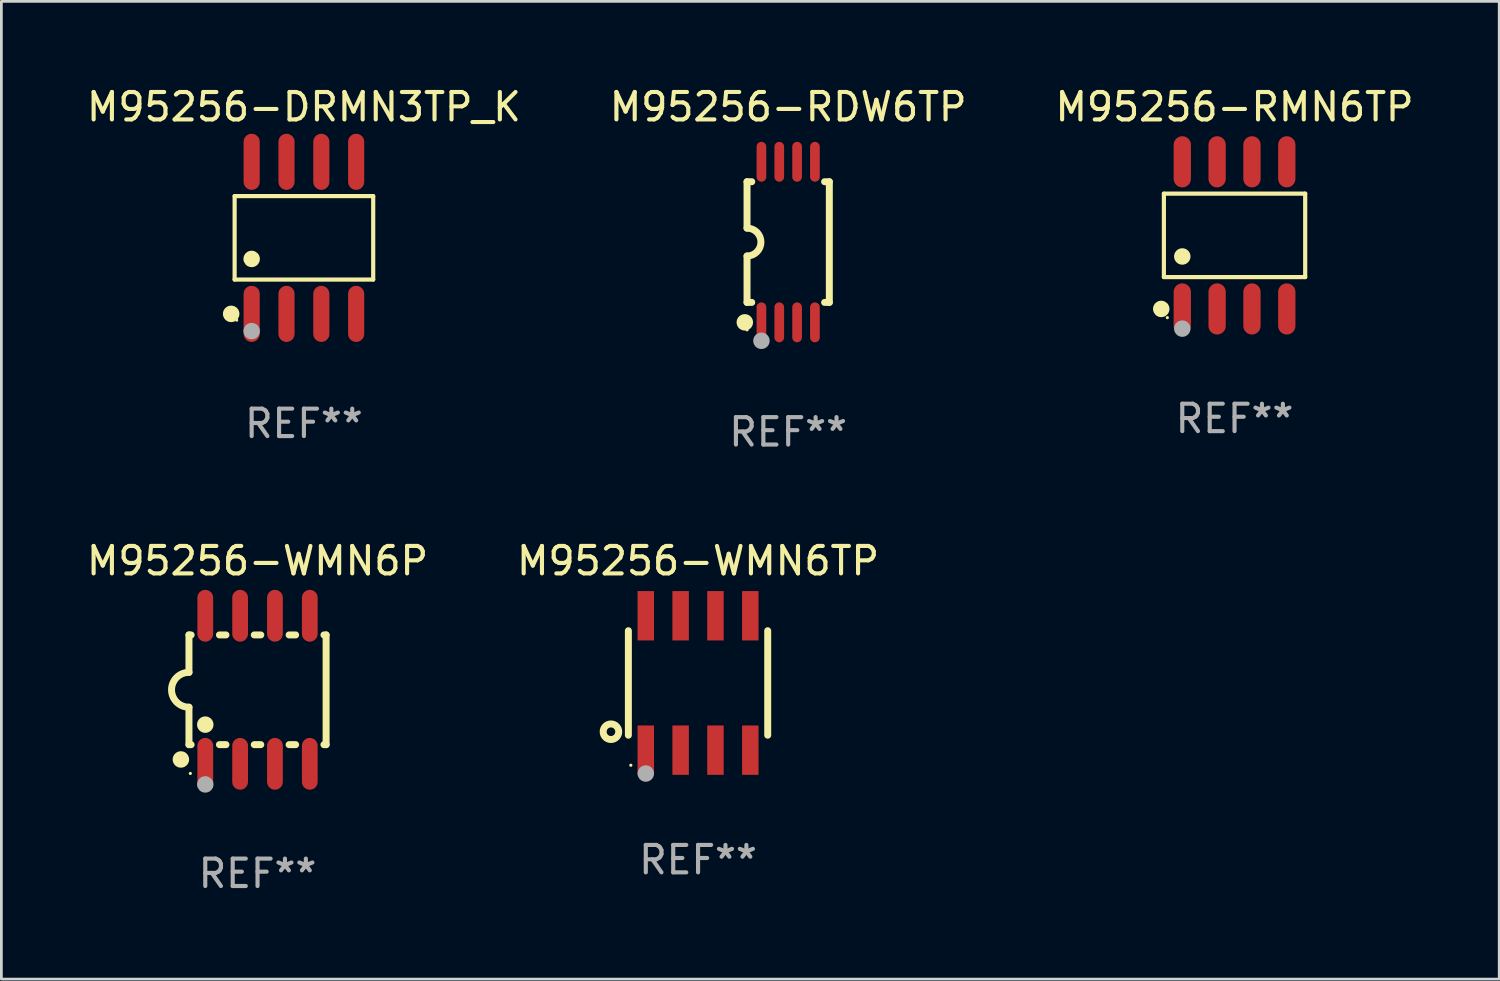
<source format=kicad_pcb>
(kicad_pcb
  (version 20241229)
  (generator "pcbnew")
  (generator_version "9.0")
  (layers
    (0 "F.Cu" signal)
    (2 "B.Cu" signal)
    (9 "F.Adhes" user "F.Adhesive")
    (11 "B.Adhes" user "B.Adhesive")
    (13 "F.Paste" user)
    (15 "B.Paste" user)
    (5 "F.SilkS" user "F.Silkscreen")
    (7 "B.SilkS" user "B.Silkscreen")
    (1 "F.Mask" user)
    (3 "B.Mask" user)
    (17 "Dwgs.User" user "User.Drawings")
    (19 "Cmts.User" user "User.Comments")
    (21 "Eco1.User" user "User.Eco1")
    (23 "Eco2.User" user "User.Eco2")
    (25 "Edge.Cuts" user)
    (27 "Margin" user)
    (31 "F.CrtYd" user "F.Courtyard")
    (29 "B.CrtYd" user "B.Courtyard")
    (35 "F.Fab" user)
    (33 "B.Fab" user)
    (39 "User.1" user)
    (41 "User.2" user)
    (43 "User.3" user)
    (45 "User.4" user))
  (footprint "M95256-RDW6TP"
    (layer "F.Cu")
    (at 25.685 5.775)
    (property "Reference" "M95256-RDW6TP" (at 0 -4.927 0) (layer "F.SilkS") (effects (font (size 1 1) (thickness 0.15))))
    (attr through_hole)
    (fp_line (start -1.5 -2.2) (end -1.5 -0.508) (stroke (width 0.254) (type solid)) (layer "F.SilkS"))
    (fp_line (start -1.5 -2.2) (end -1.328 -2.2) (stroke (width 0.254) (type solid)) (layer "F.SilkS"))
    (fp_line (start -1.5 2.2) (end -1.5 0.508) (stroke (width 0.254) (type solid)) (layer "F.SilkS"))
    (fp_line (start -1.5 2.2) (end -1.328 2.2) (stroke (width 0.254) (type solid)) (layer "F.SilkS"))
    (fp_line (start 1.328 -2.2) (end 1.5 -2.2) (stroke (width 0.254) (type solid)) (layer "F.SilkS"))
    (fp_line (start 1.328 2.2) (end 1.5 2.2) (stroke (width 0.254) (type solid)) (layer "F.SilkS"))
    (fp_line (start 1.5 -2.2) (end 1.5 2.2) (stroke (width 0.254) (type solid)) (layer "F.SilkS"))
    (fp_arc (start -1.501144 -0.508) (mid -0.993143 -0.000571) (end -1.5 0.508001) (stroke (width 0.254001) (type solid)) (layer "F.SilkS"))
    (fp_circle (center -1.581 2.927) (end -1.431 2.927) (stroke (width 0.3) (type solid)) (fill no) (layer "F.SilkS"))
    (fp_circle (center -1.5 3.2) (end -1.47 3.2) (stroke (width 0.06) (type solid)) (fill no) (layer "F.SilkS"))
    (fp_circle (center -0.975 3.6) (end -0.825 3.6) (stroke (width 0.3) (type solid)) (fill no) (layer "F.Fab"))
    (fp_text user "REF**" (at 0 6.927 0) (layer "F.Fab") (effects (font (size 1 1) (thickness 0.15))))
    (pad "1" smd oval (at -0.975 2.927) (size 0.353 1.454) (layers "F.Cu" "F.Mask" "F.Paste"))
    (pad "2" smd oval (at -0.325 2.927) (size 0.353 1.454) (layers "F.Cu" "F.Mask" "F.Paste"))
    (pad "3" smd oval (at 0.325 2.927) (size 0.353 1.454) (layers "F.Cu" "F.Mask" "F.Paste"))
    (pad "4" smd oval (at 0.975 2.927) (size 0.353 1.454) (layers "F.Cu" "F.Mask" "F.Paste"))
    (pad "5" smd oval (at 0.975 -2.927) (size 0.353 1.454) (layers "F.Cu" "F.Mask" "F.Paste"))
    (pad "6" smd oval (at 0.325 -2.927) (size 0.353 1.454) (layers "F.Cu" "F.Mask" "F.Paste"))
    (pad "7" smd oval (at -0.325 -2.927) (size 0.353 1.454) (layers "F.Cu" "F.Mask" "F.Paste"))
    (pad "8" smd oval (at -0.975 -2.927) (size 0.353 1.454) (layers "F.Cu" "F.Mask" "F.Paste")))
  (footprint "M95256-WMN6P"
    (layer "F.Cu")
    (at 6.339 22.098)
    (property "Reference" "M95256-WMN6P" (at 0 -4.699 0) (layer "F.SilkS") (effects (font (size 1 1) (thickness 0.15))))
    (attr through_hole)
    (fp_line (start -2.5 -2) (end -2.5 -0.635) (stroke (width 0.254) (type solid)) (layer "F.SilkS"))
    (fp_line (start -2.5 -2) (end -2.421 -2) (stroke (width 0.254) (type solid)) (layer "F.SilkS"))
    (fp_line (start -2.5 2) (end -2.5 0.635) (stroke (width 0.254) (type solid)) (layer "F.SilkS"))
    (fp_line (start -2.5 2) (end -2.421 2) (stroke (width 0.254) (type solid)) (layer "F.SilkS"))
    (fp_line (start -1.389 -2) (end -1.151 -2) (stroke (width 0.254) (type solid)) (layer "F.SilkS"))
    (fp_line (start -1.389 2) (end -1.151 2) (stroke (width 0.254) (type solid)) (layer "F.SilkS"))
    (fp_line (start -0.119 -2) (end 0.119 -2) (stroke (width 0.254) (type solid)) (layer "F.SilkS"))
    (fp_line (start -0.119 2) (end 0.119 2) (stroke (width 0.254) (type solid)) (layer "F.SilkS"))
    (fp_line (start 1.151 -2) (end 1.389 -2) (stroke (width 0.254) (type solid)) (layer "F.SilkS"))
    (fp_line (start 1.151 2) (end 1.389 2) (stroke (width 0.254) (type solid)) (layer "F.SilkS"))
    (fp_line (start 2.421 -2) (end 2.5 -2) (stroke (width 0.254) (type solid)) (layer "F.SilkS"))
    (fp_line (start 2.421 2) (end 2.5 2) (stroke (width 0.254) (type solid)) (layer "F.SilkS"))
    (fp_line (start 2.5 -2) (end 2.5 2) (stroke (width 0.254) (type solid)) (layer "F.SilkS"))
    (fp_arc (start -2.5 0.635001) (mid -3.134366 -0.000318) (end -2.499365 -0.635001) (stroke (width 0.254001) (type solid)) (layer "F.SilkS"))
    (fp_circle (center -2.794 2.54) (end -2.644 2.54) (stroke (width 0.3) (type solid)) (fill no) (layer "F.SilkS"))
    (fp_circle (center -2.45 3.05) (end -2.42 3.05) (stroke (width 0.06) (type solid)) (fill no) (layer "F.SilkS"))
    (fp_circle (center -1.905 1.27) (end -1.755 1.27) (stroke (width 0.3) (type solid)) (fill no) (layer "F.SilkS"))
    (fp_circle (center -1.905 3.45) (end -1.755 3.45) (stroke (width 0.3) (type solid)) (fill no) (layer "F.Fab"))
    (fp_text user "REF**" (at 0 6.699 0) (layer "F.Fab") (effects (font (size 1 1) (thickness 0.15))))
    (pad "1" smd oval (at -1.905 2.699) (size 0.574 1.888) (layers "F.Cu" "F.Mask" "F.Paste"))
    (pad "2" smd oval (at -0.635 2.699) (size 0.574 1.888) (layers "F.Cu" "F.Mask" "F.Paste"))
    (pad "3" smd oval (at 0.635 2.699) (size 0.574 1.888) (layers "F.Cu" "F.Mask" "F.Paste"))
    (pad "4" smd oval (at 1.905 2.699) (size 0.574 1.888) (layers "F.Cu" "F.Mask" "F.Paste"))
    (pad "5" smd oval (at 1.905 -2.699) (size 0.574 1.888) (layers "F.Cu" "F.Mask" "F.Paste"))
    (pad "6" smd oval (at 0.635 -2.699) (size 0.574 1.888) (layers "F.Cu" "F.Mask" "F.Paste"))
    (pad "7" smd oval (at -0.635 -2.699) (size 0.574 1.888) (layers "F.Cu" "F.Mask" "F.Paste"))
    (pad "8" smd oval (at -1.905 -2.699) (size 0.574 1.888) (layers "F.Cu" "F.Mask" "F.Paste")))
  (footprint "M95256-DRMN3TP_K"
    (layer "F.Cu")
    (at 8.03 5.621)
    (property "Reference" "M95256-DRMN3TP_K" (at 0 -4.772 0) (layer "F.SilkS") (effects (font (size 1 1) (thickness 0.15))))
    (attr through_hole)
    (fp_line (start -2.526 -1.521) (end 2.526 -1.521) (stroke (width 0.152) (type solid)) (layer "F.SilkS"))
    (fp_line (start -2.526 1.521) (end -2.526 -1.521) (stroke (width 0.152) (type solid)) (layer "F.SilkS"))
    (fp_line (start 2.526 -1.521) (end 2.526 1.521) (stroke (width 0.152) (type solid)) (layer "F.SilkS"))
    (fp_line (start 2.526 1.521) (end -2.526 1.521) (stroke (width 0.152) (type solid)) (layer "F.SilkS"))
    (fp_circle (center -2.652 2.772) (end -2.501 2.772) (stroke (width 0.3) (type solid)) (fill no) (layer "F.SilkS"))
    (fp_circle (center -2.45 3) (end -2.42 3) (stroke (width 0.06) (type solid)) (fill no) (layer "F.SilkS"))
    (fp_circle (center -1.905 0.769) (end -1.755 0.769) (stroke (width 0.3) (type solid)) (fill no) (layer "F.SilkS"))
    (fp_circle (center -1.905 3.4) (end -1.755 3.4) (stroke (width 0.3) (type solid)) (fill no) (layer "F.Fab"))
    (fp_text user "REF**" (at 0 6.772 0) (layer "F.Fab") (effects (font (size 1 1) (thickness 0.15))))
    (pad "1" smd oval (at -1.905 2.772) (size 0.588 2.045) (layers "F.Cu" "F.Mask" "F.Paste"))
    (pad "2" smd oval (at -0.635 2.772) (size 0.588 2.045) (layers "F.Cu" "F.Mask" "F.Paste"))
    (pad "3" smd oval (at 0.635 2.772) (size 0.588 2.045) (layers "F.Cu" "F.Mask" "F.Paste"))
    (pad "4" smd oval (at 1.905 2.772) (size 0.588 2.045) (layers "F.Cu" "F.Mask" "F.Paste"))
    (pad "5" smd oval (at 1.905 -2.772) (size 0.588 2.045) (layers "F.Cu" "F.Mask" "F.Paste"))
    (pad "6" smd oval (at 0.635 -2.772) (size 0.588 2.045) (layers "F.Cu" "F.Mask" "F.Paste"))
    (pad "7" smd oval (at -0.635 -2.772) (size 0.588 2.045) (layers "F.Cu" "F.Mask" "F.Paste"))
    (pad "8" smd oval (at -1.905 -2.772) (size 0.588 2.045) (layers "F.Cu" "F.Mask" "F.Paste")))
  (footprint "M95256-RMN6TP"
    (layer "F.Cu")
    (at 41.958 5.531)
    (property "Reference" "M95256-RMN6TP" (at 0 -4.682 0) (layer "F.SilkS") (effects (font (size 1 1) (thickness 0.15))))
    (attr through_hole)
    (fp_line (start -2.576 -1.521) (end 2.576 -1.521) (stroke (width 0.152) (type solid)) (layer "F.SilkS"))
    (fp_line (start -2.576 1.521) (end -2.576 -1.521) (stroke (width 0.152) (type solid)) (layer "F.SilkS"))
    (fp_line (start 2.576 -1.521) (end 2.576 1.521) (stroke (width 0.152) (type solid)) (layer "F.SilkS"))
    (fp_line (start 2.576 1.521) (end -2.576 1.521) (stroke (width 0.152) (type solid)) (layer "F.SilkS"))
    (fp_circle (center -2.672 2.682) (end -2.522 2.682) (stroke (width 0.3) (type solid)) (fill no) (layer "F.SilkS"))
    (fp_circle (center -2.45 3) (end -2.42 3) (stroke (width 0.06) (type solid)) (fill no) (layer "F.SilkS"))
    (fp_circle (center -1.905 0.769) (end -1.755 0.769) (stroke (width 0.3) (type solid)) (fill no) (layer "F.SilkS"))
    (fp_circle (center -1.905 3.4) (end -1.755 3.4) (stroke (width 0.3) (type solid)) (fill no) (layer "F.Fab"))
    (fp_text user "REF**" (at 0 6.682 0) (layer "F.Fab") (effects (font (size 1 1) (thickness 0.15))))
    (pad "1" smd oval (at -1.905 2.682) (size 0.63 1.865) (layers "F.Cu" "F.Mask" "F.Paste"))
    (pad "2" smd oval (at -0.635 2.682) (size 0.63 1.865) (layers "F.Cu" "F.Mask" "F.Paste"))
    (pad "3" smd oval (at 0.635 2.682) (size 0.63 1.865) (layers "F.Cu" "F.Mask" "F.Paste"))
    (pad "4" smd oval (at 1.905 2.682) (size 0.63 1.865) (layers "F.Cu" "F.Mask" "F.Paste"))
    (pad "5" smd oval (at 1.905 -2.682) (size 0.63 1.865) (layers "F.Cu" "F.Mask" "F.Paste"))
    (pad "6" smd oval (at 0.635 -2.682) (size 0.63 1.865) (layers "F.Cu" "F.Mask" "F.Paste"))
    (pad "7" smd oval (at -0.635 -2.682) (size 0.63 1.865) (layers "F.Cu" "F.Mask" "F.Paste"))
    (pad "8" smd oval (at -1.905 -2.682) (size 0.63 1.865) (layers "F.Cu" "F.Mask" "F.Paste")))
  (footprint "M95256-WMN6TP"
    (layer "F.Cu")
    (at 22.399 21.849)
    (property "Reference" "M95256-WMN6TP" (at 0 -4.45 0) (layer "F.SilkS") (effects (font (size 1 1) (thickness 0.15))))
    (attr through_hole)
    (fp_line (start -2.54 -1.905) (end -2.54 1.905) (stroke (width 0.254) (type solid)) (layer "F.SilkS"))
    (fp_line (start 2.54 -1.905) (end 2.54 1.905) (stroke (width 0.254) (type solid)) (layer "F.SilkS"))
    (fp_circle (center -3.175 1.778) (end -2.891 1.778) (stroke (width 0.254) (type solid)) (fill no) (layer "F.SilkS"))
    (fp_circle (center -2.45 3) (end -2.42 3) (stroke (width 0.06) (type solid)) (fill no) (layer "F.SilkS"))
    (fp_circle (center -1.905 3.302) (end -1.755 3.302) (stroke (width 0.3) (type solid)) (fill no) (layer "F.Fab"))
    (fp_text user "REF**" (at 0 6.45 0) (layer "F.Fab") (effects (font (size 1 1) (thickness 0.15))))
    (pad "1" smd rect (at -1.905 2.45) (size 0.6 1.8) (layers "F.Cu" "F.Mask" "F.Paste"))
    (pad "2" smd rect (at -0.635 2.45) (size 0.6 1.8) (layers "F.Cu" "F.Mask" "F.Paste"))
    (pad "3" smd rect (at 0.635 2.45) (size 0.6 1.8) (layers "F.Cu" "F.Mask" "F.Paste"))
    (pad "4" smd rect (at 1.905 2.45) (size 0.6 1.8) (layers "F.Cu" "F.Mask" "F.Paste"))
    (pad "5" smd rect (at 1.905 -2.45 180) (size 0.6 1.8) (layers "F.Cu" "F.Mask" "F.Paste"))
    (pad "6" smd rect (at 0.635 -2.45 180) (size 0.6 1.8) (layers "F.Cu" "F.Mask" "F.Paste"))
    (pad "7" smd rect (at -0.635 -2.45 180) (size 0.6 1.8) (layers "F.Cu" "F.Mask" "F.Paste"))
    (pad "8" smd rect (at -1.905 -2.45 180) (size 0.6 1.8) (layers "F.Cu" "F.Mask" "F.Paste")))
  (gr_rect
    (start -3 -3)
    (end 51.607 32.645)
    (stroke (width 0.1) (type default))
    (fill no)
    (layer "Edge.Cuts")))
</source>
